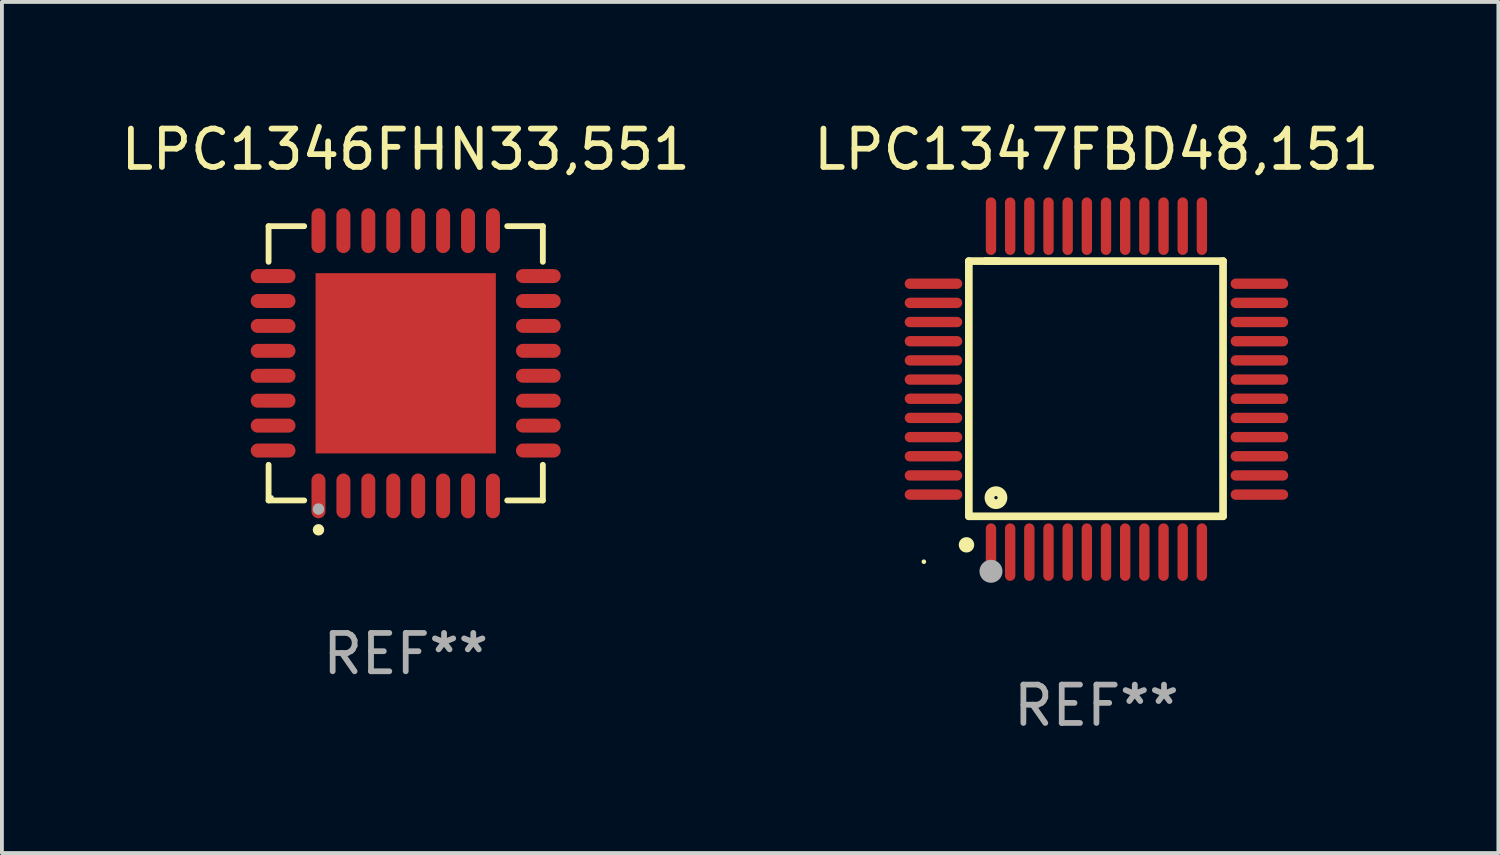
<source format=kicad_pcb>
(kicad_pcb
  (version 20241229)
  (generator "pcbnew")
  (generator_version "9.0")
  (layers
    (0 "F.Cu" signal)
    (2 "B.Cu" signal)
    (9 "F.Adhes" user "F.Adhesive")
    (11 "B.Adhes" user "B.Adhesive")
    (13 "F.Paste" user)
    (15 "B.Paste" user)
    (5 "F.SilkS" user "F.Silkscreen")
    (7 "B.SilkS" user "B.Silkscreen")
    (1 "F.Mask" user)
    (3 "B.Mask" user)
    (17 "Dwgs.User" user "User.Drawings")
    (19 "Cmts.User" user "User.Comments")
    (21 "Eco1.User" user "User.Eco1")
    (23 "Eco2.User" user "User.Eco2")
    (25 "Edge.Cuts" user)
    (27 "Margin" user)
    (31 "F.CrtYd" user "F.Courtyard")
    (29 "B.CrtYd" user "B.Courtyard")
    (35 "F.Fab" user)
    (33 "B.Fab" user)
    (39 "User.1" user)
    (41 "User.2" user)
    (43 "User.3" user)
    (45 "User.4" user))
  (footprint "LPC1347FBD48,151"
    (layer "F.Cu")
    (at 25.542 7.098)
    (property "Reference" "LPC1347FBD48,151" (at 0 -6.25 0) (layer "F.SilkS") (effects (font (size 1 1) (thickness 0.15))))
    (attr through_hole)
    (fp_line (start -3.327 -3.34) (end -2.565 -3.34) (stroke (width 0.2) (type solid)) (layer "F.SilkS"))
    (fp_line (start -3.327 3.315) (end -3.327 -3.34) (stroke (width 0.2) (type solid)) (layer "F.SilkS"))
    (fp_line (start -2.896 -3.34) (end 3.302 -3.34) (stroke (width 0.2) (type solid)) (layer "F.SilkS"))
    (fp_line (start 3.302 -3.34) (end 3.302 3.315) (stroke (width 0.2) (type solid)) (layer "F.SilkS"))
    (fp_line (start 3.302 3.315) (end -3.327 3.315) (stroke (width 0.2) (type solid)) (layer "F.SilkS"))
    (fp_arc (start -3.389992 4.059995) (mid -3.388722 4.059991) (end -3.387452 4.059995) (stroke (width 0.4) (type solid)) (layer "F.SilkS"))
    (fp_circle (center -4.5 4.5) (end -4.47 4.5) (stroke (width 0.06) (type solid)) (fill no) (layer "F.SilkS"))
    (fp_circle (center -2.62 2.83) (end -2.45 2.83) (stroke (width 0.254) (type solid)) (fill no) (layer "F.SilkS"))
    (fp_circle (center -2.75 4.75) (end -2.6 4.75) (stroke (width 0.3) (type solid)) (fill no) (layer "F.Fab"))
    (fp_text user "REF**" (at 0 8.25 0) (layer "F.Fab") (effects (font (size 1 1) (thickness 0.15))))
    (pad "1" smd oval (at -2.75 4.25) (size 0.27 1.5) (layers "F.Cu" "F.Mask" "F.Paste"))
    (pad "2" smd oval (at -2.25 4.25) (size 0.27 1.5) (layers "F.Cu" "F.Mask" "F.Paste"))
    (pad "3" smd oval (at -1.75 4.25) (size 0.27 1.5) (layers "F.Cu" "F.Mask" "F.Paste"))
    (pad "4" smd oval (at -1.25 4.25) (size 0.27 1.5) (layers "F.Cu" "F.Mask" "F.Paste"))
    (pad "5" smd oval (at -0.75 4.25) (size 0.27 1.5) (layers "F.Cu" "F.Mask" "F.Paste"))
    (pad "6" smd oval (at -0.25 4.25) (size 0.27 1.5) (layers "F.Cu" "F.Mask" "F.Paste"))
    (pad "7" smd oval (at 0.25 4.25) (size 0.27 1.5) (layers "F.Cu" "F.Mask" "F.Paste"))
    (pad "8" smd oval (at 0.75 4.25) (size 0.27 1.5) (layers "F.Cu" "F.Mask" "F.Paste"))
    (pad "9" smd oval (at 1.25 4.25) (size 0.27 1.5) (layers "F.Cu" "F.Mask" "F.Paste"))
    (pad "10" smd oval (at 1.75 4.25) (size 0.27 1.5) (layers "F.Cu" "F.Mask" "F.Paste"))
    (pad "11" smd oval (at 2.25 4.25) (size 0.27 1.5) (layers "F.Cu" "F.Mask" "F.Paste"))
    (pad "12" smd oval (at 2.75 4.25) (size 0.27 1.5) (layers "F.Cu" "F.Mask" "F.Paste"))
    (pad "13" smd oval (at 4.25 2.75) (size 1.5 0.27) (layers "F.Cu" "F.Mask" "F.Paste"))
    (pad "14" smd oval (at 4.25 2.25) (size 1.5 0.27) (layers "F.Cu" "F.Mask" "F.Paste"))
    (pad "15" smd oval (at 4.25 1.75) (size 1.5 0.27) (layers "F.Cu" "F.Mask" "F.Paste"))
    (pad "16" smd oval (at 4.25 1.25) (size 1.5 0.27) (layers "F.Cu" "F.Mask" "F.Paste"))
    (pad "17" smd oval (at 4.25 0.75) (size 1.5 0.27) (layers "F.Cu" "F.Mask" "F.Paste"))
    (pad "18" smd oval (at 4.25 0.25) (size 1.5 0.27) (layers "F.Cu" "F.Mask" "F.Paste"))
    (pad "19" smd oval (at 4.25 -0.25) (size 1.5 0.27) (layers "F.Cu" "F.Mask" "F.Paste"))
    (pad "20" smd oval (at 4.25 -0.75) (size 1.5 0.27) (layers "F.Cu" "F.Mask" "F.Paste"))
    (pad "21" smd oval (at 4.25 -1.25) (size 1.5 0.27) (layers "F.Cu" "F.Mask" "F.Paste"))
    (pad "22" smd oval (at 4.25 -1.75) (size 1.5 0.27) (layers "F.Cu" "F.Mask" "F.Paste"))
    (pad "23" smd oval (at 4.25 -2.25) (size 1.5 0.27) (layers "F.Cu" "F.Mask" "F.Paste"))
    (pad "24" smd oval (at 4.25 -2.75) (size 1.5 0.27) (layers "F.Cu" "F.Mask" "F.Paste"))
    (pad "25" smd oval (at 2.75 -4.25) (size 0.27 1.5) (layers "F.Cu" "F.Mask" "F.Paste"))
    (pad "26" smd oval (at 2.25 -4.25) (size 0.27 1.5) (layers "F.Cu" "F.Mask" "F.Paste"))
    (pad "27" smd oval (at 1.75 -4.25) (size 0.27 1.5) (layers "F.Cu" "F.Mask" "F.Paste"))
    (pad "28" smd oval (at 1.25 -4.25) (size 0.27 1.5) (layers "F.Cu" "F.Mask" "F.Paste"))
    (pad "29" smd oval (at 0.75 -4.25) (size 0.27 1.5) (layers "F.Cu" "F.Mask" "F.Paste"))
    (pad "30" smd oval (at 0.25 -4.25) (size 0.27 1.5) (layers "F.Cu" "F.Mask" "F.Paste"))
    (pad "31" smd oval (at -0.25 -4.25) (size 0.27 1.5) (layers "F.Cu" "F.Mask" "F.Paste"))
    (pad "32" smd oval (at -0.75 -4.25) (size 0.27 1.5) (layers "F.Cu" "F.Mask" "F.Paste"))
    (pad "33" smd oval (at -1.25 -4.25) (size 0.27 1.5) (layers "F.Cu" "F.Mask" "F.Paste"))
    (pad "34" smd oval (at -1.75 -4.25) (size 0.27 1.5) (layers "F.Cu" "F.Mask" "F.Paste"))
    (pad "35" smd oval (at -2.25 -4.25) (size 0.27 1.5) (layers "F.Cu" "F.Mask" "F.Paste"))
    (pad "36" smd oval (at -2.75 -4.25) (size 0.27 1.5) (layers "F.Cu" "F.Mask" "F.Paste"))
    (pad "37" smd oval (at -4.25 -2.75) (size 1.5 0.27) (layers "F.Cu" "F.Mask" "F.Paste"))
    (pad "38" smd oval (at -4.25 -2.25) (size 1.5 0.27) (layers "F.Cu" "F.Mask" "F.Paste"))
    (pad "39" smd oval (at -4.25 -1.75) (size 1.5 0.27) (layers "F.Cu" "F.Mask" "F.Paste"))
    (pad "40" smd oval (at -4.25 -1.25) (size 1.5 0.27) (layers "F.Cu" "F.Mask" "F.Paste"))
    (pad "41" smd oval (at -4.25 -0.75) (size 1.5 0.27) (layers "F.Cu" "F.Mask" "F.Paste"))
    (pad "42" smd oval (at -4.25 -0.25) (size 1.5 0.27) (layers "F.Cu" "F.Mask" "F.Paste"))
    (pad "43" smd oval (at -4.25 0.25) (size 1.5 0.27) (layers "F.Cu" "F.Mask" "F.Paste"))
    (pad "44" smd oval (at -4.25 0.75) (size 1.5 0.27) (layers "F.Cu" "F.Mask" "F.Paste"))
    (pad "45" smd oval (at -4.25 1.25) (size 1.5 0.27) (layers "F.Cu" "F.Mask" "F.Paste"))
    (pad "46" smd oval (at -4.25 1.75) (size 1.5 0.27) (layers "F.Cu" "F.Mask" "F.Paste"))
    (pad "47" smd oval (at -4.25 2.25) (size 1.5 0.27) (layers "F.Cu" "F.Mask" "F.Paste"))
    (pad "48" smd oval (at -4.25 2.75) (size 1.5 0.27) (layers "F.Cu" "F.Mask" "F.Paste")))
  (footprint "LPC1346FHN33,551"
    (layer "F.Cu")
    (at 7.53 6.424)
    (property "Reference" "LPC1346FHN33,551" (at 0 -5.576 0) (layer "F.SilkS") (effects (font (size 1 1) (thickness 0.15))))
    (attr through_hole)
    (fp_line (start -3.576 -3.576) (end -2.647 -3.576) (stroke (width 0.152) (type solid)) (layer "F.SilkS"))
    (fp_line (start -3.576 -2.647) (end -3.576 -3.576) (stroke (width 0.152) (type solid)) (layer "F.SilkS"))
    (fp_line (start -3.576 2.647) (end -3.576 3.576) (stroke (width 0.152) (type solid)) (layer "F.SilkS"))
    (fp_line (start -3.576 3.576) (end -2.647 3.576) (stroke (width 0.152) (type solid)) (layer "F.SilkS"))
    (fp_line (start 3.576 -3.576) (end 2.647 -3.576) (stroke (width 0.152) (type solid)) (layer "F.SilkS"))
    (fp_line (start 3.576 -2.647) (end 3.576 -3.576) (stroke (width 0.152) (type solid)) (layer "F.SilkS"))
    (fp_line (start 3.576 2.647) (end 3.576 3.576) (stroke (width 0.152) (type solid)) (layer "F.SilkS"))
    (fp_line (start 3.576 3.576) (end 2.647 3.576) (stroke (width 0.152) (type solid)) (layer "F.SilkS"))
    (fp_circle (center -3.5 3.5) (end -3.47 3.5) (stroke (width 0.06) (type solid)) (fill no) (layer "F.SilkS"))
    (fp_circle (center -2.275 4.342) (end -2.2 4.342) (stroke (width 0.15) (type solid)) (fill no) (layer "F.SilkS"))
    (fp_circle (center -2.275 3.8) (end -2.2 3.8) (stroke (width 0.15) (type solid)) (fill no) (layer "F.Fab"))
    (fp_text user "REF**" (at 0 7.576 0) (layer "F.Fab") (effects (font (size 1 1) (thickness 0.15))))
    (pad "1" smd oval (at -2.275 3.458) (size 0.364 1.167) (layers "F.Cu" "F.Mask" "F.Paste"))
    (pad "2" smd oval (at -1.625 3.458) (size 0.364 1.167) (layers "F.Cu" "F.Mask" "F.Paste"))
    (pad "3" smd oval (at -0.975 3.458) (size 0.364 1.167) (layers "F.Cu" "F.Mask" "F.Paste"))
    (pad "4" smd oval (at -0.325 3.458) (size 0.364 1.167) (layers "F.Cu" "F.Mask" "F.Paste"))
    (pad "5" smd oval (at 0.325 3.458) (size 0.364 1.167) (layers "F.Cu" "F.Mask" "F.Paste"))
    (pad "6" smd oval (at 0.975 3.458) (size 0.364 1.167) (layers "F.Cu" "F.Mask" "F.Paste"))
    (pad "7" smd oval (at 1.625 3.458) (size 0.364 1.167) (layers "F.Cu" "F.Mask" "F.Paste"))
    (pad "8" smd oval (at 2.275 3.458) (size 0.364 1.167) (layers "F.Cu" "F.Mask" "F.Paste"))
    (pad "9" smd oval (at 3.458 2.275) (size 1.167 0.364) (layers "F.Cu" "F.Mask" "F.Paste"))
    (pad "10" smd oval (at 3.458 1.625) (size 1.167 0.364) (layers "F.Cu" "F.Mask" "F.Paste"))
    (pad "11" smd oval (at 3.458 0.975) (size 1.167 0.364) (layers "F.Cu" "F.Mask" "F.Paste"))
    (pad "12" smd oval (at 3.458 0.325) (size 1.167 0.364) (layers "F.Cu" "F.Mask" "F.Paste"))
    (pad "13" smd oval (at 3.458 -0.325) (size 1.167 0.364) (layers "F.Cu" "F.Mask" "F.Paste"))
    (pad "14" smd oval (at 3.458 -0.975) (size 1.167 0.364) (layers "F.Cu" "F.Mask" "F.Paste"))
    (pad "15" smd oval (at 3.458 -1.625) (size 1.167 0.364) (layers "F.Cu" "F.Mask" "F.Paste"))
    (pad "16" smd oval (at 3.458 -2.275) (size 1.167 0.364) (layers "F.Cu" "F.Mask" "F.Paste"))
    (pad "17" smd oval (at 2.275 -3.458) (size 0.364 1.167) (layers "F.Cu" "F.Mask" "F.Paste"))
    (pad "18" smd oval (at 1.625 -3.458) (size 0.364 1.167) (layers "F.Cu" "F.Mask" "F.Paste"))
    (pad "19" smd oval (at 0.975 -3.458) (size 0.364 1.167) (layers "F.Cu" "F.Mask" "F.Paste"))
    (pad "20" smd oval (at 0.325 -3.458) (size 0.364 1.167) (layers "F.Cu" "F.Mask" "F.Paste"))
    (pad "21" smd oval (at -0.325 -3.458) (size 0.364 1.167) (layers "F.Cu" "F.Mask" "F.Paste"))
    (pad "22" smd oval (at -0.975 -3.458) (size 0.364 1.167) (layers "F.Cu" "F.Mask" "F.Paste"))
    (pad "23" smd oval (at -1.625 -3.458) (size 0.364 1.167) (layers "F.Cu" "F.Mask" "F.Paste"))
    (pad "24" smd oval (at -2.275 -3.458) (size 0.364 1.167) (layers "F.Cu" "F.Mask" "F.Paste"))
    (pad "25" smd oval (at -3.458 -2.275) (size 1.167 0.364) (layers "F.Cu" "F.Mask" "F.Paste"))
    (pad "26" smd oval (at -3.458 -1.625) (size 1.167 0.364) (layers "F.Cu" "F.Mask" "F.Paste"))
    (pad "27" smd oval (at -3.458 -0.975) (size 1.167 0.364) (layers "F.Cu" "F.Mask" "F.Paste"))
    (pad "28" smd oval (at -3.458 -0.325) (size 1.167 0.364) (layers "F.Cu" "F.Mask" "F.Paste"))
    (pad "29" smd oval (at -3.458 0.325) (size 1.167 0.364) (layers "F.Cu" "F.Mask" "F.Paste"))
    (pad "30" smd oval (at -3.458 0.975) (size 1.167 0.364) (layers "F.Cu" "F.Mask" "F.Paste"))
    (pad "31" smd oval (at -3.458 1.625) (size 1.167 0.364) (layers "F.Cu" "F.Mask" "F.Paste"))
    (pad "32" smd oval (at -3.458 2.275) (size 1.167 0.364) (layers "F.Cu" "F.Mask" "F.Paste"))
    (pad "33" smd rect (at 0 0) (size 4.7 4.7) (layers "F.Cu" "F.Mask" "F.Paste")))
  (gr_rect
    (start -3 -3)
    (end 36.024 19.196)
    (stroke (width 0.1) (type default))
    (fill no)
    (layer "Edge.Cuts")))
</source>
